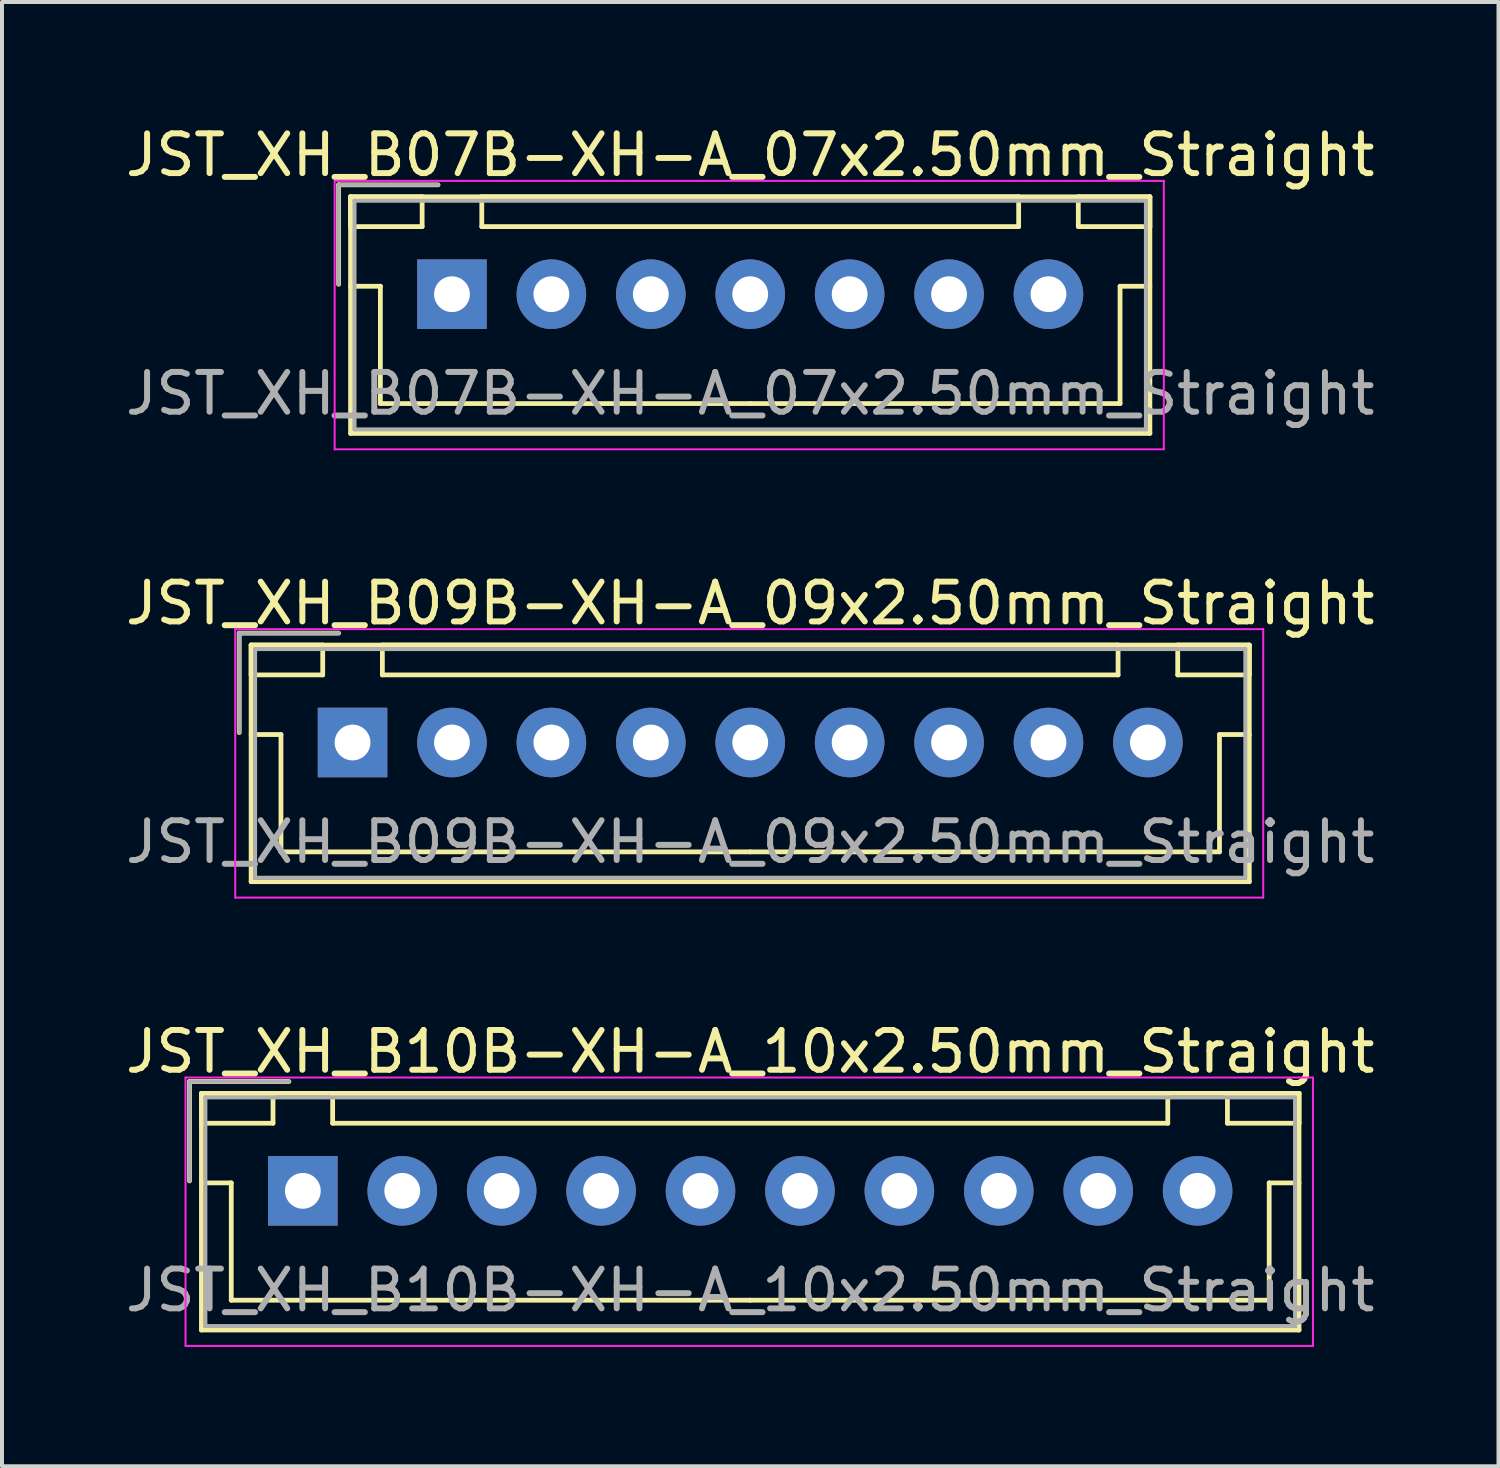
<source format=kicad_pcb>
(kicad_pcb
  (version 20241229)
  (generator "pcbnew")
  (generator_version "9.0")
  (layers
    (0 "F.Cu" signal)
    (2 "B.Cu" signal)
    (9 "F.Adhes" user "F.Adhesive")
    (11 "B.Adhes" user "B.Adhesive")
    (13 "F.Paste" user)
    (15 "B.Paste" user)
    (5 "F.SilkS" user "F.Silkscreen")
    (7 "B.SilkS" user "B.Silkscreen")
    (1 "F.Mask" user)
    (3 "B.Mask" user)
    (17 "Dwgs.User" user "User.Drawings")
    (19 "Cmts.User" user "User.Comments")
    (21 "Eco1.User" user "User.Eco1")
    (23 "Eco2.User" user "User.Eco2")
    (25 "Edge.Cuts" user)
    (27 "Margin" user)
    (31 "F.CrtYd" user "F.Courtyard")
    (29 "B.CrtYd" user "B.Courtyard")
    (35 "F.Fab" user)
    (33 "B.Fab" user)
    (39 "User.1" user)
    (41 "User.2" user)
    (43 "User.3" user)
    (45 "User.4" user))
  (footprint "JST_XH_B07B-XH-A_07x2.50mm_Straight"
    (layer "F.Cu")
    (at 8.315 4.348)
    (property "Reference" "JST_XH_B07B-XH-A_07x2.50mm_Straight" (at 7.5 -3.5 0) (layer "F.SilkS") (effects (font (size 1 1) (thickness 0.15))))
    (attr through_hole)
    (fp_line (start -2.85 -2.75) (end -2.85 -0.25) (stroke (width 0.12) (type solid)) (layer "F.SilkS"))
    (fp_line (start -2.55 -2.45) (end -2.55 -1.7) (stroke (width 0.12) (type solid)) (layer "F.SilkS"))
    (fp_line (start -2.55 -2.45) (end -2.55 3.5) (stroke (width 0.12) (type solid)) (layer "F.SilkS"))
    (fp_line (start -2.55 -1.7) (end -0.75 -1.7) (stroke (width 0.12) (type solid)) (layer "F.SilkS"))
    (fp_line (start -2.55 -0.2) (end -1.8 -0.2) (stroke (width 0.12) (type solid)) (layer "F.SilkS"))
    (fp_line (start -2.55 3.5) (end 17.55 3.5) (stroke (width 0.12) (type solid)) (layer "F.SilkS"))
    (fp_line (start -1.8 -0.2) (end -1.8 2.75) (stroke (width 0.12) (type solid)) (layer "F.SilkS"))
    (fp_line (start -1.8 2.75) (end 7.5 2.75) (stroke (width 0.12) (type solid)) (layer "F.SilkS"))
    (fp_line (start -0.75 -2.45) (end -2.55 -2.45) (stroke (width 0.12) (type solid)) (layer "F.SilkS"))
    (fp_line (start -0.75 -1.7) (end -0.75 -2.45) (stroke (width 0.12) (type solid)) (layer "F.SilkS"))
    (fp_line (start -0.35 -2.75) (end -2.85 -2.75) (stroke (width 0.12) (type solid)) (layer "F.SilkS"))
    (fp_line (start 0.75 -2.45) (end 0.75 -1.7) (stroke (width 0.12) (type solid)) (layer "F.SilkS"))
    (fp_line (start 0.75 -1.7) (end 14.25 -1.7) (stroke (width 0.12) (type solid)) (layer "F.SilkS"))
    (fp_line (start 14.25 -2.45) (end 0.75 -2.45) (stroke (width 0.12) (type solid)) (layer "F.SilkS"))
    (fp_line (start 14.25 -1.7) (end 14.25 -2.45) (stroke (width 0.12) (type solid)) (layer "F.SilkS"))
    (fp_line (start 15.75 -2.45) (end 15.75 -1.7) (stroke (width 0.12) (type solid)) (layer "F.SilkS"))
    (fp_line (start 15.75 -1.7) (end 17.55 -1.7) (stroke (width 0.12) (type solid)) (layer "F.SilkS"))
    (fp_line (start 16.8 -0.2) (end 16.8 2.75) (stroke (width 0.12) (type solid)) (layer "F.SilkS"))
    (fp_line (start 16.8 2.75) (end 7.5 2.75) (stroke (width 0.12) (type solid)) (layer "F.SilkS"))
    (fp_line (start 17.55 -2.45) (end -2.55 -2.45) (stroke (width 0.12) (type solid)) (layer "F.SilkS"))
    (fp_line (start 17.55 -2.45) (end 15.75 -2.45) (stroke (width 0.12) (type solid)) (layer "F.SilkS"))
    (fp_line (start 17.55 -1.7) (end 17.55 -2.45) (stroke (width 0.12) (type solid)) (layer "F.SilkS"))
    (fp_line (start 17.55 -0.2) (end 16.8 -0.2) (stroke (width 0.12) (type solid)) (layer "F.SilkS"))
    (fp_line (start 17.55 3.5) (end 17.55 -2.45) (stroke (width 0.12) (type solid)) (layer "F.SilkS"))
    (fp_line (start -2.95 -2.85) (end -2.95 3.9) (stroke (width 0.05) (type solid)) (layer "F.CrtYd"))
    (fp_line (start -2.95 3.9) (end 17.9 3.9) (stroke (width 0.05) (type solid)) (layer "F.CrtYd"))
    (fp_line (start 17.9 -2.85) (end -2.95 -2.85) (stroke (width 0.05) (type solid)) (layer "F.CrtYd"))
    (fp_line (start 17.9 3.9) (end 17.9 -2.85) (stroke (width 0.05) (type solid)) (layer "F.CrtYd"))
    (fp_line (start -2.85 -2.75) (end -2.85 -0.25) (stroke (width 0.1) (type solid)) (layer "F.Fab"))
    (fp_line (start -2.45 -2.35) (end -2.45 3.4) (stroke (width 0.1) (type solid)) (layer "F.Fab"))
    (fp_line (start -2.45 3.4) (end 17.45 3.4) (stroke (width 0.1) (type solid)) (layer "F.Fab"))
    (fp_line (start -0.35 -2.75) (end -2.85 -2.75) (stroke (width 0.1) (type solid)) (layer "F.Fab"))
    (fp_line (start 17.45 -2.35) (end -2.45 -2.35) (stroke (width 0.1) (type solid)) (layer "F.Fab"))
    (fp_line (start 17.45 3.4) (end 17.45 -2.35) (stroke (width 0.1) (type solid)) (layer "F.Fab"))
    (fp_text user "${REFERENCE}" (at 7.5 2.5 0) (layer "F.Fab") (effects (font (size 1 1) (thickness 0.15))))
    (pad "1" thru_hole rect (at 0 0) (size 1.75 1.75) (drill 0.9) (layers "*.Cu" "*.Mask"))
    (pad "2" thru_hole circle (at 2.5 0) (size 1.75 1.75) (drill 0.9) (layers "*.Cu" "*.Mask"))
    (pad "3" thru_hole circle (at 5 0) (size 1.75 1.75) (drill 0.9) (layers "*.Cu" "*.Mask"))
    (pad "4" thru_hole circle (at 7.5 0) (size 1.75 1.75) (drill 0.9) (layers "*.Cu" "*.Mask"))
    (pad "5" thru_hole circle (at 10 0) (size 1.75 1.75) (drill 0.9) (layers "*.Cu" "*.Mask"))
    (pad "6" thru_hole circle (at 12.5 0) (size 1.75 1.75) (drill 0.9) (layers "*.Cu" "*.Mask"))
    (pad "7" thru_hole circle (at 15 0) (size 1.75 1.75) (drill 0.9) (layers "*.Cu" "*.Mask")))
  (footprint "JST_XH_B09B-XH-A_09x2.50mm_Straight"
    (layer "F.Cu")
    (at 5.815 15.621)
    (property "Reference" "JST_XH_B09B-XH-A_09x2.50mm_Straight" (at 10 -3.5 0) (layer "F.SilkS") (effects (font (size 1 1) (thickness 0.15))))
    (attr through_hole)
    (fp_line (start -2.85 -2.75) (end -2.85 -0.25) (stroke (width 0.12) (type solid)) (layer "F.SilkS"))
    (fp_line (start -2.55 -2.45) (end -2.55 -1.7) (stroke (width 0.12) (type solid)) (layer "F.SilkS"))
    (fp_line (start -2.55 -2.45) (end -2.55 3.5) (stroke (width 0.12) (type solid)) (layer "F.SilkS"))
    (fp_line (start -2.55 -1.7) (end -0.75 -1.7) (stroke (width 0.12) (type solid)) (layer "F.SilkS"))
    (fp_line (start -2.55 -0.2) (end -1.8 -0.2) (stroke (width 0.12) (type solid)) (layer "F.SilkS"))
    (fp_line (start -2.55 3.5) (end 22.55 3.5) (stroke (width 0.12) (type solid)) (layer "F.SilkS"))
    (fp_line (start -1.8 -0.2) (end -1.8 2.75) (stroke (width 0.12) (type solid)) (layer "F.SilkS"))
    (fp_line (start -1.8 2.75) (end 10 2.75) (stroke (width 0.12) (type solid)) (layer "F.SilkS"))
    (fp_line (start -0.75 -2.45) (end -2.55 -2.45) (stroke (width 0.12) (type solid)) (layer "F.SilkS"))
    (fp_line (start -0.75 -1.7) (end -0.75 -2.45) (stroke (width 0.12) (type solid)) (layer "F.SilkS"))
    (fp_line (start -0.35 -2.75) (end -2.85 -2.75) (stroke (width 0.12) (type solid)) (layer "F.SilkS"))
    (fp_line (start 0.75 -2.45) (end 0.75 -1.7) (stroke (width 0.12) (type solid)) (layer "F.SilkS"))
    (fp_line (start 0.75 -1.7) (end 19.25 -1.7) (stroke (width 0.12) (type solid)) (layer "F.SilkS"))
    (fp_line (start 19.25 -2.45) (end 0.75 -2.45) (stroke (width 0.12) (type solid)) (layer "F.SilkS"))
    (fp_line (start 19.25 -1.7) (end 19.25 -2.45) (stroke (width 0.12) (type solid)) (layer "F.SilkS"))
    (fp_line (start 20.75 -2.45) (end 20.75 -1.7) (stroke (width 0.12) (type solid)) (layer "F.SilkS"))
    (fp_line (start 20.75 -1.7) (end 22.55 -1.7) (stroke (width 0.12) (type solid)) (layer "F.SilkS"))
    (fp_line (start 21.8 -0.2) (end 21.8 2.75) (stroke (width 0.12) (type solid)) (layer "F.SilkS"))
    (fp_line (start 21.8 2.75) (end 10 2.75) (stroke (width 0.12) (type solid)) (layer "F.SilkS"))
    (fp_line (start 22.55 -2.45) (end -2.55 -2.45) (stroke (width 0.12) (type solid)) (layer "F.SilkS"))
    (fp_line (start 22.55 -2.45) (end 20.75 -2.45) (stroke (width 0.12) (type solid)) (layer "F.SilkS"))
    (fp_line (start 22.55 -1.7) (end 22.55 -2.45) (stroke (width 0.12) (type solid)) (layer "F.SilkS"))
    (fp_line (start 22.55 -0.2) (end 21.8 -0.2) (stroke (width 0.12) (type solid)) (layer "F.SilkS"))
    (fp_line (start 22.55 3.5) (end 22.55 -2.45) (stroke (width 0.12) (type solid)) (layer "F.SilkS"))
    (fp_line (start -2.95 -2.85) (end -2.95 3.9) (stroke (width 0.05) (type solid)) (layer "F.CrtYd"))
    (fp_line (start -2.95 3.9) (end 22.9 3.9) (stroke (width 0.05) (type solid)) (layer "F.CrtYd"))
    (fp_line (start 22.9 -2.85) (end -2.95 -2.85) (stroke (width 0.05) (type solid)) (layer "F.CrtYd"))
    (fp_line (start 22.9 3.9) (end 22.9 -2.85) (stroke (width 0.05) (type solid)) (layer "F.CrtYd"))
    (fp_line (start -2.85 -2.75) (end -2.85 -0.25) (stroke (width 0.1) (type solid)) (layer "F.Fab"))
    (fp_line (start -2.45 -2.35) (end -2.45 3.4) (stroke (width 0.1) (type solid)) (layer "F.Fab"))
    (fp_line (start -2.45 3.4) (end 22.45 3.4) (stroke (width 0.1) (type solid)) (layer "F.Fab"))
    (fp_line (start -0.35 -2.75) (end -2.85 -2.75) (stroke (width 0.1) (type solid)) (layer "F.Fab"))
    (fp_line (start 22.45 -2.35) (end -2.45 -2.35) (stroke (width 0.1) (type solid)) (layer "F.Fab"))
    (fp_line (start 22.45 3.4) (end 22.45 -2.35) (stroke (width 0.1) (type solid)) (layer "F.Fab"))
    (fp_text user "${REFERENCE}" (at 10 2.5 0) (layer "F.Fab") (effects (font (size 1 1) (thickness 0.15))))
    (pad "1" thru_hole rect (at 0 0) (size 1.75 1.75) (drill 0.9) (layers "*.Cu" "*.Mask"))
    (pad "2" thru_hole circle (at 2.5 0) (size 1.75 1.75) (drill 0.9) (layers "*.Cu" "*.Mask"))
    (pad "3" thru_hole circle (at 5 0) (size 1.75 1.75) (drill 0.9) (layers "*.Cu" "*.Mask"))
    (pad "4" thru_hole circle (at 7.5 0) (size 1.75 1.75) (drill 0.9) (layers "*.Cu" "*.Mask"))
    (pad "5" thru_hole circle (at 10 0) (size 1.75 1.75) (drill 0.9) (layers "*.Cu" "*.Mask"))
    (pad "6" thru_hole circle (at 12.5 0) (size 1.75 1.75) (drill 0.9) (layers "*.Cu" "*.Mask"))
    (pad "7" thru_hole circle (at 15 0) (size 1.75 1.75) (drill 0.9) (layers "*.Cu" "*.Mask"))
    (pad "8" thru_hole circle (at 17.5 0) (size 1.75 1.75) (drill 0.9) (layers "*.Cu" "*.Mask"))
    (pad "9" thru_hole circle (at 20 0) (size 1.75 1.75) (drill 0.9) (layers "*.Cu" "*.Mask")))
  (footprint "JST_XH_B10B-XH-A_10x2.50mm_Straight"
    (layer "F.Cu")
    (at 4.565 26.895)
    (property "Reference" "JST_XH_B10B-XH-A_10x2.50mm_Straight" (at 11.25 -3.5 0) (layer "F.SilkS") (effects (font (size 1 1) (thickness 0.15))))
    (attr through_hole)
    (fp_line (start -2.85 -2.75) (end -2.85 -0.25) (stroke (width 0.12) (type solid)) (layer "F.SilkS"))
    (fp_line (start -2.55 -2.45) (end -2.55 -1.7) (stroke (width 0.12) (type solid)) (layer "F.SilkS"))
    (fp_line (start -2.55 -2.45) (end -2.55 3.5) (stroke (width 0.12) (type solid)) (layer "F.SilkS"))
    (fp_line (start -2.55 -1.7) (end -0.75 -1.7) (stroke (width 0.12) (type solid)) (layer "F.SilkS"))
    (fp_line (start -2.55 -0.2) (end -1.8 -0.2) (stroke (width 0.12) (type solid)) (layer "F.SilkS"))
    (fp_line (start -2.55 3.5) (end 25.05 3.5) (stroke (width 0.12) (type solid)) (layer "F.SilkS"))
    (fp_line (start -1.8 -0.2) (end -1.8 2.75) (stroke (width 0.12) (type solid)) (layer "F.SilkS"))
    (fp_line (start -1.8 2.75) (end 11.25 2.75) (stroke (width 0.12) (type solid)) (layer "F.SilkS"))
    (fp_line (start -0.75 -2.45) (end -2.55 -2.45) (stroke (width 0.12) (type solid)) (layer "F.SilkS"))
    (fp_line (start -0.75 -1.7) (end -0.75 -2.45) (stroke (width 0.12) (type solid)) (layer "F.SilkS"))
    (fp_line (start -0.35 -2.75) (end -2.85 -2.75) (stroke (width 0.12) (type solid)) (layer "F.SilkS"))
    (fp_line (start 0.75 -2.45) (end 0.75 -1.7) (stroke (width 0.12) (type solid)) (layer "F.SilkS"))
    (fp_line (start 0.75 -1.7) (end 21.75 -1.7) (stroke (width 0.12) (type solid)) (layer "F.SilkS"))
    (fp_line (start 21.75 -2.45) (end 0.75 -2.45) (stroke (width 0.12) (type solid)) (layer "F.SilkS"))
    (fp_line (start 21.75 -1.7) (end 21.75 -2.45) (stroke (width 0.12) (type solid)) (layer "F.SilkS"))
    (fp_line (start 23.25 -2.45) (end 23.25 -1.7) (stroke (width 0.12) (type solid)) (layer "F.SilkS"))
    (fp_line (start 23.25 -1.7) (end 25.05 -1.7) (stroke (width 0.12) (type solid)) (layer "F.SilkS"))
    (fp_line (start 24.3 -0.2) (end 24.3 2.75) (stroke (width 0.12) (type solid)) (layer "F.SilkS"))
    (fp_line (start 24.3 2.75) (end 11.25 2.75) (stroke (width 0.12) (type solid)) (layer "F.SilkS"))
    (fp_line (start 25.05 -2.45) (end -2.55 -2.45) (stroke (width 0.12) (type solid)) (layer "F.SilkS"))
    (fp_line (start 25.05 -2.45) (end 23.25 -2.45) (stroke (width 0.12) (type solid)) (layer "F.SilkS"))
    (fp_line (start 25.05 -1.7) (end 25.05 -2.45) (stroke (width 0.12) (type solid)) (layer "F.SilkS"))
    (fp_line (start 25.05 -0.2) (end 24.3 -0.2) (stroke (width 0.12) (type solid)) (layer "F.SilkS"))
    (fp_line (start 25.05 3.5) (end 25.05 -2.45) (stroke (width 0.12) (type solid)) (layer "F.SilkS"))
    (fp_line (start -2.95 -2.85) (end -2.95 3.9) (stroke (width 0.05) (type solid)) (layer "F.CrtYd"))
    (fp_line (start -2.95 3.9) (end 25.4 3.9) (stroke (width 0.05) (type solid)) (layer "F.CrtYd"))
    (fp_line (start 25.4 -2.85) (end -2.95 -2.85) (stroke (width 0.05) (type solid)) (layer "F.CrtYd"))
    (fp_line (start 25.4 3.9) (end 25.4 -2.85) (stroke (width 0.05) (type solid)) (layer "F.CrtYd"))
    (fp_line (start -2.85 -2.75) (end -2.85 -0.25) (stroke (width 0.1) (type solid)) (layer "F.Fab"))
    (fp_line (start -2.45 -2.35) (end -2.45 3.4) (stroke (width 0.1) (type solid)) (layer "F.Fab"))
    (fp_line (start -2.45 3.4) (end 24.95 3.4) (stroke (width 0.1) (type solid)) (layer "F.Fab"))
    (fp_line (start -0.35 -2.75) (end -2.85 -2.75) (stroke (width 0.1) (type solid)) (layer "F.Fab"))
    (fp_line (start 24.95 -2.35) (end -2.45 -2.35) (stroke (width 0.1) (type solid)) (layer "F.Fab"))
    (fp_line (start 24.95 3.4) (end 24.95 -2.35) (stroke (width 0.1) (type solid)) (layer "F.Fab"))
    (fp_text user "${REFERENCE}" (at 11.25 2.5 0) (layer "F.Fab") (effects (font (size 1 1) (thickness 0.15))))
    (pad "1" thru_hole rect (at 0 0) (size 1.75 1.75) (drill 0.9) (layers "*.Cu" "*.Mask"))
    (pad "2" thru_hole circle (at 2.5 0) (size 1.75 1.75) (drill 0.9) (layers "*.Cu" "*.Mask"))
    (pad "3" thru_hole circle (at 5 0) (size 1.75 1.75) (drill 0.9) (layers "*.Cu" "*.Mask"))
    (pad "4" thru_hole circle (at 7.5 0) (size 1.75 1.75) (drill 0.9) (layers "*.Cu" "*.Mask"))
    (pad "5" thru_hole circle (at 10 0) (size 1.75 1.75) (drill 0.9) (layers "*.Cu" "*.Mask"))
    (pad "6" thru_hole circle (at 12.5 0) (size 1.75 1.75) (drill 0.9) (layers "*.Cu" "*.Mask"))
    (pad "7" thru_hole circle (at 15 0) (size 1.75 1.75) (drill 0.9) (layers "*.Cu" "*.Mask"))
    (pad "8" thru_hole circle (at 17.5 0) (size 1.75 1.75) (drill 0.9) (layers "*.Cu" "*.Mask"))
    (pad "9" thru_hole circle (at 20 0) (size 1.75 1.75) (drill 0.9) (layers "*.Cu" "*.Mask"))
    (pad "10" thru_hole circle (at 22.5 0) (size 1.75 1.75) (drill 0.9) (layers "*.Cu" "*.Mask")))
  (gr_rect
    (start -3 -3)
    (end 34.631 33.82)
    (stroke (width 0.1) (type default))
    (fill no)
    (layer "Edge.Cuts")))
</source>
